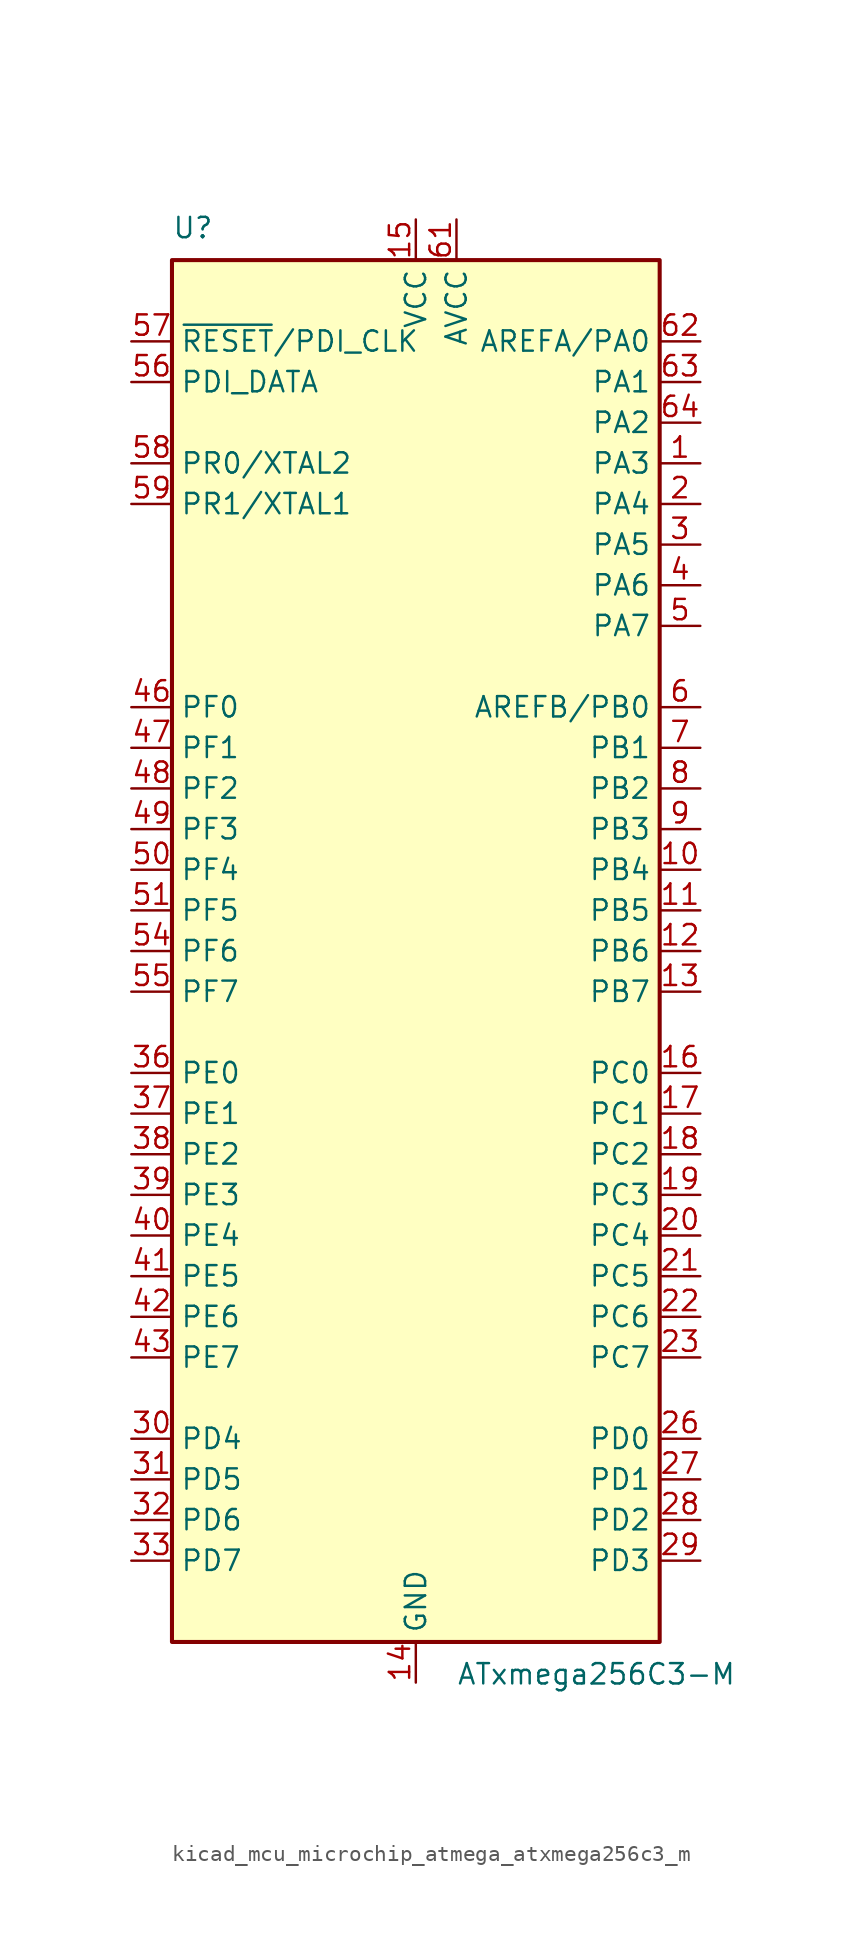
<source format=kicad_sym>
(kicad_symbol_lib
  (version 20220914)
  (generator kicad_symbol_editor)
  (symbol "kicad_mcu_microchip_atmega_atxmega256c3_m"
    (property "Reference" "U"
      (at -15.24 44.45 0)
      (effects (font (size 1.27 1.27)) (justify left bottom)))
    (property "Value" "ATxmega256C3-M"
      (at 2.54 -44.45 0)
      (effects (font (size 1.27 1.27)) (justify left top)))
    (symbol "kicad_mcu_microchip_atmega_atxmega256c3_m_0_1"
      (rectangle (start -15.24 -43.18) (end 15.24 43.18) (stroke (width 0.254) (type default)) (fill (type background))))
    (symbol "kicad_mcu_microchip_atmega_atxmega256c3_m_1_1"
      (pin bidirectional line (at 17.78 30.48 180) (length 2.54) (name "PA3" (effects (font (size 1.27 1.27)))) (number "1" (effects (font (size 1.27 1.27)))))
      (pin bidirectional line (at 17.78 5.08 180) (length 2.54) (name "PB4" (effects (font (size 1.27 1.27)))) (number "10" (effects (font (size 1.27 1.27)))))
      (pin bidirectional line (at 17.78 2.54 180) (length 2.54) (name "PB5" (effects (font (size 1.27 1.27)))) (number "11" (effects (font (size 1.27 1.27)))))
      (pin bidirectional line (at 17.78 0 180) (length 2.54) (name "PB6" (effects (font (size 1.27 1.27)))) (number "12" (effects (font (size 1.27 1.27)))))
      (pin bidirectional line (at 17.78 -2.54 180) (length 2.54) (name "PB7" (effects (font (size 1.27 1.27)))) (number "13" (effects (font (size 1.27 1.27)))))
      (pin power_in line (at 0 -45.72 90) (length 2.54) (name "GND" (effects (font (size 1.27 1.27)))) (number "14" (effects (font (size 1.27 1.27)))))
      (pin power_in line (at 0 45.72 270) (length 2.54) (name "VCC" (effects (font (size 1.27 1.27)))) (number "15" (effects (font (size 1.27 1.27)))))
      (pin bidirectional line (at 17.78 -7.62 180) (length 2.54) (name "PC0" (effects (font (size 1.27 1.27)))) (number "16" (effects (font (size 1.27 1.27)))))
      (pin bidirectional line (at 17.78 -10.16 180) (length 2.54) (name "PC1" (effects (font (size 1.27 1.27)))) (number "17" (effects (font (size 1.27 1.27)))))
      (pin bidirectional line (at 17.78 -12.7 180) (length 2.54) (name "PC2" (effects (font (size 1.27 1.27)))) (number "18" (effects (font (size 1.27 1.27)))))
      (pin bidirectional line (at 17.78 -15.24 180) (length 2.54) (name "PC3" (effects (font (size 1.27 1.27)))) (number "19" (effects (font (size 1.27 1.27)))))
      (pin bidirectional line (at 17.78 27.94 180) (length 2.54) (name "PA4" (effects (font (size 1.27 1.27)))) (number "2" (effects (font (size 1.27 1.27)))))
      (pin bidirectional line (at 17.78 -17.78 180) (length 2.54) (name "PC4" (effects (font (size 1.27 1.27)))) (number "20" (effects (font (size 1.27 1.27)))))
      (pin bidirectional line (at 17.78 -20.32 180) (length 2.54) (name "PC5" (effects (font (size 1.27 1.27)))) (number "21" (effects (font (size 1.27 1.27)))))
      (pin bidirectional line (at 17.78 -22.86 180) (length 2.54) (name "PC6" (effects (font (size 1.27 1.27)))) (number "22" (effects (font (size 1.27 1.27)))))
      (pin bidirectional line (at 17.78 -25.4 180) (length 2.54) (name "PC7" (effects (font (size 1.27 1.27)))) (number "23" (effects (font (size 1.27 1.27)))))
      (pin passive line (at 0 -45.72 90) (length 2.54) hide (name "GND" (effects (font (size 1.27 1.27)))) (number "24" (effects (font (size 1.27 1.27)))))
      (pin passive line (at 0 45.72 270) (length 2.54) hide (name "VCC" (effects (font (size 1.27 1.27)))) (number "25" (effects (font (size 1.27 1.27)))))
      (pin bidirectional line (at 17.78 -30.48 180) (length 2.54) (name "PD0" (effects (font (size 1.27 1.27)))) (number "26" (effects (font (size 1.27 1.27)))))
      (pin bidirectional line (at 17.78 -33.02 180) (length 2.54) (name "PD1" (effects (font (size 1.27 1.27)))) (number "27" (effects (font (size 1.27 1.27)))))
      (pin bidirectional line (at 17.78 -35.56 180) (length 2.54) (name "PD2" (effects (font (size 1.27 1.27)))) (number "28" (effects (font (size 1.27 1.27)))))
      (pin bidirectional line (at 17.78 -38.1 180) (length 2.54) (name "PD3" (effects (font (size 1.27 1.27)))) (number "29" (effects (font (size 1.27 1.27)))))
      (pin bidirectional line (at 17.78 25.4 180) (length 2.54) (name "PA5" (effects (font (size 1.27 1.27)))) (number "3" (effects (font (size 1.27 1.27)))))
      (pin bidirectional line (at -17.78 -30.48 0) (length 2.54) (name "PD4" (effects (font (size 1.27 1.27)))) (number "30" (effects (font (size 1.27 1.27)))))
      (pin bidirectional line (at -17.78 -33.02 0) (length 2.54) (name "PD5" (effects (font (size 1.27 1.27)))) (number "31" (effects (font (size 1.27 1.27)))))
      (pin bidirectional line (at -17.78 -35.56 0) (length 2.54) (name "PD6" (effects (font (size 1.27 1.27)))) (number "32" (effects (font (size 1.27 1.27)))))
      (pin bidirectional line (at -17.78 -38.1 0) (length 2.54) (name "PD7" (effects (font (size 1.27 1.27)))) (number "33" (effects (font (size 1.27 1.27)))))
      (pin passive line (at 0 -45.72 90) (length 2.54) hide (name "GND" (effects (font (size 1.27 1.27)))) (number "34" (effects (font (size 1.27 1.27)))))
      (pin passive line (at 0 45.72 270) (length 2.54) hide (name "VCC" (effects (font (size 1.27 1.27)))) (number "35" (effects (font (size 1.27 1.27)))))
      (pin bidirectional line (at -17.78 -7.62 0) (length 2.54) (name "PE0" (effects (font (size 1.27 1.27)))) (number "36" (effects (font (size 1.27 1.27)))))
      (pin bidirectional line (at -17.78 -10.16 0) (length 2.54) (name "PE1" (effects (font (size 1.27 1.27)))) (number "37" (effects (font (size 1.27 1.27)))))
      (pin bidirectional line (at -17.78 -12.7 0) (length 2.54) (name "PE2" (effects (font (size 1.27 1.27)))) (number "38" (effects (font (size 1.27 1.27)))))
      (pin bidirectional line (at -17.78 -15.24 0) (length 2.54) (name "PE3" (effects (font (size 1.27 1.27)))) (number "39" (effects (font (size 1.27 1.27)))))
      (pin bidirectional line (at 17.78 22.86 180) (length 2.54) (name "PA6" (effects (font (size 1.27 1.27)))) (number "4" (effects (font (size 1.27 1.27)))))
      (pin bidirectional line (at -17.78 -17.78 0) (length 2.54) (name "PE4" (effects (font (size 1.27 1.27)))) (number "40" (effects (font (size 1.27 1.27)))))
      (pin bidirectional line (at -17.78 -20.32 0) (length 2.54) (name "PE5" (effects (font (size 1.27 1.27)))) (number "41" (effects (font (size 1.27 1.27)))))
      (pin bidirectional line (at -17.78 -22.86 0) (length 2.54) (name "PE6" (effects (font (size 1.27 1.27)))) (number "42" (effects (font (size 1.27 1.27)))))
      (pin bidirectional line (at -17.78 -25.4 0) (length 2.54) (name "PE7" (effects (font (size 1.27 1.27)))) (number "43" (effects (font (size 1.27 1.27)))))
      (pin passive line (at 0 -45.72 90) (length 2.54) hide (name "GND" (effects (font (size 1.27 1.27)))) (number "44" (effects (font (size 1.27 1.27)))))
      (pin passive line (at 0 45.72 270) (length 2.54) hide (name "VCC" (effects (font (size 1.27 1.27)))) (number "45" (effects (font (size 1.27 1.27)))))
      (pin bidirectional line (at -17.78 15.24 0) (length 2.54) (name "PF0" (effects (font (size 1.27 1.27)))) (number "46" (effects (font (size 1.27 1.27)))))
      (pin bidirectional line (at -17.78 12.7 0) (length 2.54) (name "PF1" (effects (font (size 1.27 1.27)))) (number "47" (effects (font (size 1.27 1.27)))))
      (pin bidirectional line (at -17.78 10.16 0) (length 2.54) (name "PF2" (effects (font (size 1.27 1.27)))) (number "48" (effects (font (size 1.27 1.27)))))
      (pin bidirectional line (at -17.78 7.62 0) (length 2.54) (name "PF3" (effects (font (size 1.27 1.27)))) (number "49" (effects (font (size 1.27 1.27)))))
      (pin bidirectional line (at 17.78 20.32 180) (length 2.54) (name "PA7" (effects (font (size 1.27 1.27)))) (number "5" (effects (font (size 1.27 1.27)))))
      (pin bidirectional line (at -17.78 5.08 0) (length 2.54) (name "PF4" (effects (font (size 1.27 1.27)))) (number "50" (effects (font (size 1.27 1.27)))))
      (pin bidirectional line (at -17.78 2.54 0) (length 2.54) (name "PF5" (effects (font (size 1.27 1.27)))) (number "51" (effects (font (size 1.27 1.27)))))
      (pin passive line (at 0 -45.72 90) (length 2.54) hide (name "GND" (effects (font (size 1.27 1.27)))) (number "52" (effects (font (size 1.27 1.27)))))
      (pin passive line (at 0 45.72 270) (length 2.54) hide (name "VCC" (effects (font (size 1.27 1.27)))) (number "53" (effects (font (size 1.27 1.27)))))
      (pin bidirectional line (at -17.78 0 0) (length 2.54) (name "PF6" (effects (font (size 1.27 1.27)))) (number "54" (effects (font (size 1.27 1.27)))))
      (pin bidirectional line (at -17.78 -2.54 0) (length 2.54) (name "PF7" (effects (font (size 1.27 1.27)))) (number "55" (effects (font (size 1.27 1.27)))))
      (pin bidirectional line (at -17.78 35.56 0) (length 2.54) (name "PDI_DATA" (effects (font (size 1.27 1.27)))) (number "56" (effects (font (size 1.27 1.27)))))
      (pin input line (at -17.78 38.1 0) (length 2.54) (name "~{RESET}/PDI_CLK" (effects (font (size 1.27 1.27)))) (number "57" (effects (font (size 1.27 1.27)))))
      (pin bidirectional line (at -17.78 30.48 0) (length 2.54) (name "PR0/XTAL2" (effects (font (size 1.27 1.27)))) (number "58" (effects (font (size 1.27 1.27)))))
      (pin bidirectional line (at -17.78 27.94 0) (length 2.54) (name "PR1/XTAL1" (effects (font (size 1.27 1.27)))) (number "59" (effects (font (size 1.27 1.27)))))
      (pin bidirectional line (at 17.78 15.24 180) (length 2.54) (name "AREFB/PB0" (effects (font (size 1.27 1.27)))) (number "6" (effects (font (size 1.27 1.27)))))
      (pin passive line (at 0 -45.72 90) (length 2.54) hide (name "GND" (effects (font (size 1.27 1.27)))) (number "60" (effects (font (size 1.27 1.27)))))
      (pin power_in line (at 2.54 45.72 270) (length 2.54) (name "AVCC" (effects (font (size 1.27 1.27)))) (number "61" (effects (font (size 1.27 1.27)))))
      (pin bidirectional line (at 17.78 38.1 180) (length 2.54) (name "AREFA/PA0" (effects (font (size 1.27 1.27)))) (number "62" (effects (font (size 1.27 1.27)))))
      (pin bidirectional line (at 17.78 35.56 180) (length 2.54) (name "PA1" (effects (font (size 1.27 1.27)))) (number "63" (effects (font (size 1.27 1.27)))))
      (pin bidirectional line (at 17.78 33.02 180) (length 2.54) (name "PA2" (effects (font (size 1.27 1.27)))) (number "64" (effects (font (size 1.27 1.27)))))
      (pin passive line (at 0 -45.72 90) (length 2.54) hide (name "GND" (effects (font (size 1.27 1.27)))) (number "65" (effects (font (size 1.27 1.27)))))
      (pin bidirectional line (at 17.78 12.7 180) (length 2.54) (name "PB1" (effects (font (size 1.27 1.27)))) (number "7" (effects (font (size 1.27 1.27)))))
      (pin bidirectional line (at 17.78 10.16 180) (length 2.54) (name "PB2" (effects (font (size 1.27 1.27)))) (number "8" (effects (font (size 1.27 1.27)))))
      (pin bidirectional line (at 17.78 7.62 180) (length 2.54) (name "PB3" (effects (font (size 1.27 1.27)))) (number "9" (effects (font (size 1.27 1.27))))))))
</source>
